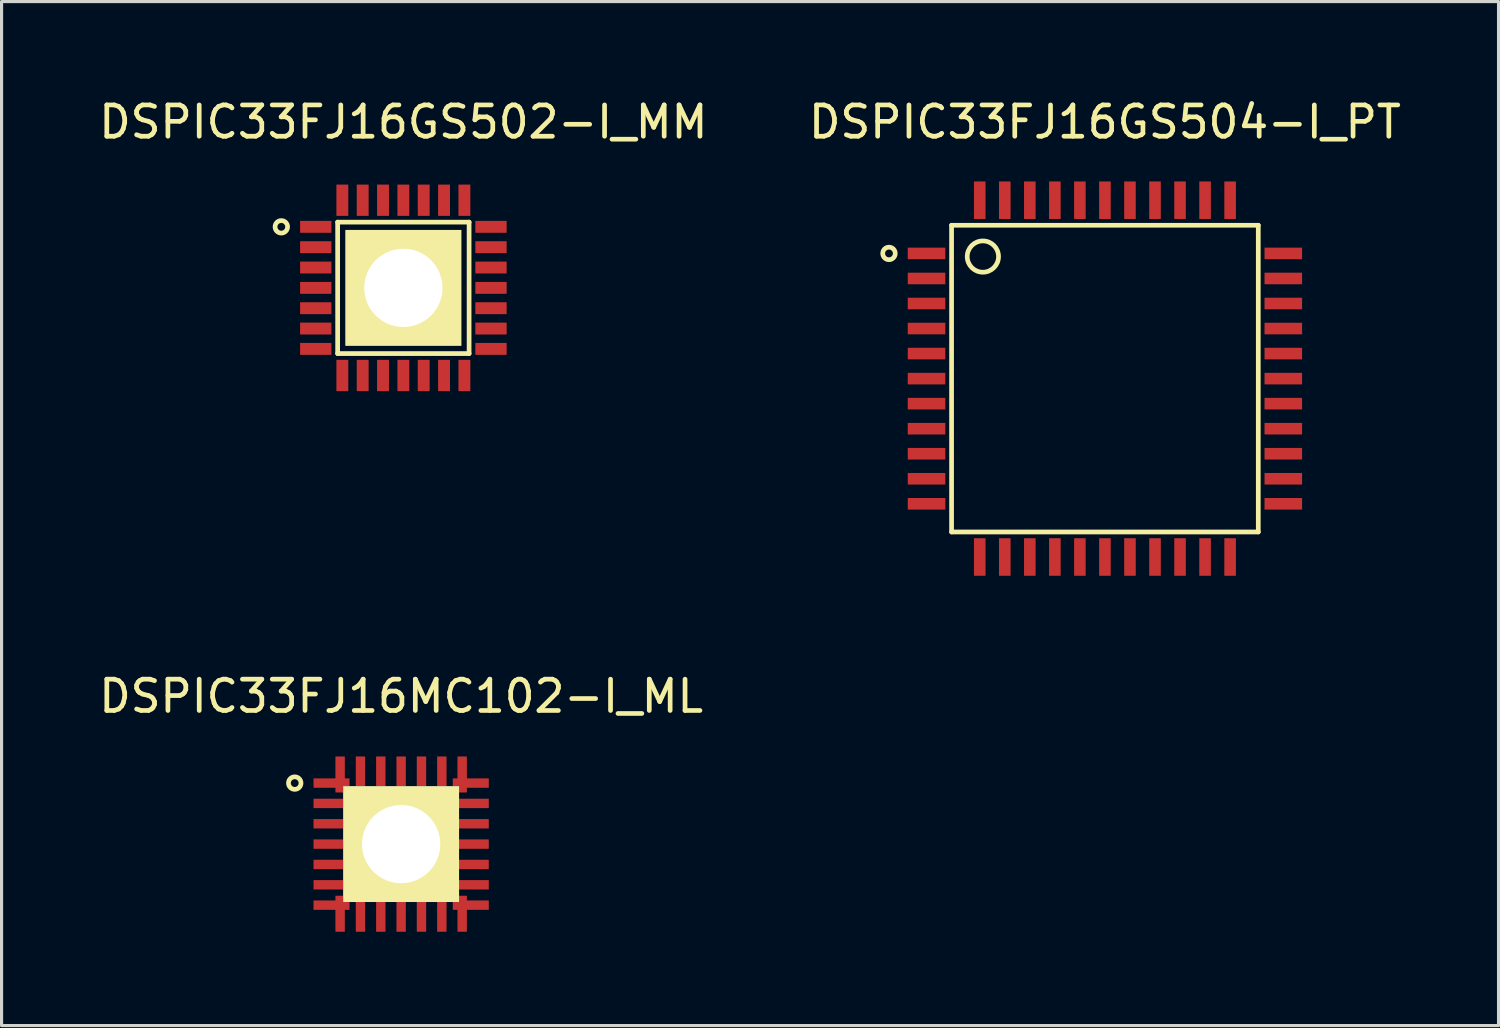
<source format=kicad_pcb>
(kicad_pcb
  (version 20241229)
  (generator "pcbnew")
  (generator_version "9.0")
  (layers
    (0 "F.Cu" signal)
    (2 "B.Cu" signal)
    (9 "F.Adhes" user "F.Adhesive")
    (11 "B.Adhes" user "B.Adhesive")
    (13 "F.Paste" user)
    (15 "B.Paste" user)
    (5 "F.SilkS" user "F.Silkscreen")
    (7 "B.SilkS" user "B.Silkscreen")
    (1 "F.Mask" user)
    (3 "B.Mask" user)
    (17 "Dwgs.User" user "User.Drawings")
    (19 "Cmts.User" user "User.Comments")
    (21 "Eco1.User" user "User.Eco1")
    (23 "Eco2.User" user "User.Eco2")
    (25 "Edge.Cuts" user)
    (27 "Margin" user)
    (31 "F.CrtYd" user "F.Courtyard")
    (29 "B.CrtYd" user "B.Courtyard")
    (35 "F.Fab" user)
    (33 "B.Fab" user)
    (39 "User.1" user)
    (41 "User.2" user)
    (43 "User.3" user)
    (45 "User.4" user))
  (footprint "DSPIC33FJ16GS502-I_MM"
    (layer "F.Cu")
    (at 7.039 3.348)
    (property "Reference" "DSPIC33FJ16GS502-I_MM" (at 2.8 -2.5 0) (layer "F.SilkS") (effects (font (size 1 1) (thickness 0.15))))
    (attr through_hole)
    (fp_line (start 0.7 0.7) (end 0.7 4.9) (stroke (width 0.15) (type solid)) (layer "F.SilkS"))
    (fp_line (start 0.7 0.7) (end 4.9 0.7) (stroke (width 0.15) (type solid)) (layer "F.SilkS"))
    (fp_line (start 0.7 4.9) (end 4.9 4.9) (stroke (width 0.15) (type solid)) (layer "F.SilkS"))
    (fp_line (start 4.9 4.9) (end 4.9 0.7) (stroke (width 0.15) (type solid)) (layer "F.SilkS"))
    (fp_circle (center -1.1 0.85) (end -1.1 0.65) (stroke (width 0.15) (type solid)) (fill no) (layer "F.SilkS"))
    (fp_circle (center 1.7 1.7) (end 1.7 1.2) (stroke (width 0.15) (type solid)) (fill no) (layer "F.SilkS"))
    (pad "1" smd rect (at 0 0.85) (size 1 0.38) (layers "F.Cu" "F.Mask" "F.Paste"))
    (pad "2" smd rect (at 0 1.5) (size 1 0.38) (layers "F.Cu" "F.Mask" "F.Paste"))
    (pad "3" smd rect (at 0 2.15) (size 1 0.38) (layers "F.Cu" "F.Mask" "F.Paste"))
    (pad "4" smd rect (at 0 2.8) (size 1 0.38) (layers "F.Cu" "F.Mask" "F.Paste"))
    (pad "5" smd rect (at 0 3.45) (size 1 0.38) (layers "F.Cu" "F.Mask" "F.Paste"))
    (pad "6" smd rect (at 0 4.1) (size 1 0.38) (layers "F.Cu" "F.Mask" "F.Paste"))
    (pad "7" smd rect (at 0 4.75) (size 1 0.38) (layers "F.Cu" "F.Mask" "F.Paste"))
    (pad "8" smd rect (at 0.85 5.6) (size 0.38 1) (layers "F.Cu" "F.Mask" "F.Paste"))
    (pad "9" smd rect (at 1.5 5.6) (size 0.38 1) (layers "F.Cu" "F.Mask" "F.Paste"))
    (pad "10" smd rect (at 2.15 5.6) (size 0.38 1) (layers "F.Cu" "F.Mask" "F.Paste"))
    (pad "11" smd rect (at 2.8 5.6) (size 0.38 1) (layers "F.Cu" "F.Mask" "F.Paste"))
    (pad "12" smd rect (at 3.45 5.6) (size 0.38 1) (layers "F.Cu" "F.Mask" "F.Paste"))
    (pad "13" smd rect (at 4.1 5.6) (size 0.38 1) (layers "F.Cu" "F.Mask" "F.Paste"))
    (pad "14" smd rect (at 4.75 5.6) (size 0.38 1) (layers "F.Cu" "F.Mask" "F.Paste"))
    (pad "15" smd rect (at 5.6 4.75) (size 1 0.38) (layers "F.Cu" "F.Mask" "F.Paste"))
    (pad "16" smd rect (at 5.6 4.1) (size 1 0.38) (layers "F.Cu" "F.Mask" "F.Paste"))
    (pad "17" smd rect (at 5.6 3.45) (size 1 0.38) (layers "F.Cu" "F.Mask" "F.Paste"))
    (pad "18" smd rect (at 5.6 2.8) (size 1 0.38) (layers "F.Cu" "F.Mask" "F.Paste"))
    (pad "19" smd rect (at 5.6 2.15) (size 1 0.38) (layers "F.Cu" "F.Mask" "F.Paste"))
    (pad "20" smd rect (at 5.6 1.5) (size 1 0.38) (layers "F.Cu" "F.Mask" "F.Paste"))
    (pad "21" smd rect (at 5.6 0.85) (size 1 0.38) (layers "F.Cu" "F.Mask" "F.Paste"))
    (pad "22" smd rect (at 4.75 0) (size 0.38 1) (layers "F.Cu" "F.Mask" "F.Paste"))
    (pad "23" smd rect (at 4.1 0) (size 0.38 1) (layers "F.Cu" "F.Mask" "F.Paste"))
    (pad "24" smd rect (at 3.45 0) (size 0.38 1) (layers "F.Cu" "F.Mask" "F.Paste"))
    (pad "25" smd rect (at 2.8 0) (size 0.38 1) (layers "F.Cu" "F.Mask" "F.Paste"))
    (pad "26" smd rect (at 2.15 0) (size 0.38 1) (layers "F.Cu" "F.Mask" "F.Paste"))
    (pad "27" smd rect (at 1.5 0) (size 0.38 1) (layers "F.Cu" "F.Mask" "F.Paste"))
    (pad "28" smd rect (at 0.85 0) (size 0.38 1) (layers "F.Cu" "F.Mask" "F.Paste"))
    (pad "999" thru_hole rect (at 2.8 2.8) (size 3.7 3.7) (drill 2.5) (layers "*.Cu" "*.Mask" "F.SilkS")))
  (footprint "DSPIC33FJ16GS504-I_PT"
    (layer "F.Cu")
    (at 26.556 3.348)
    (property "Reference" "DSPIC33FJ16GS504-I_PT" (at 5.7 -2.5 0) (layer "F.SilkS") (effects (font (size 1 1) (thickness 0.15))))
    (attr through_hole)
    (fp_line (start 0.8 0.8) (end 0.8 10.6) (stroke (width 0.15) (type solid)) (layer "F.SilkS"))
    (fp_line (start 0.8 0.8) (end 10.6 0.8) (stroke (width 0.15) (type solid)) (layer "F.SilkS"))
    (fp_line (start 0.8 10.6) (end 10.6 10.6) (stroke (width 0.15) (type solid)) (layer "F.SilkS"))
    (fp_line (start 10.6 10.6) (end 10.6 0.8) (stroke (width 0.15) (type solid)) (layer "F.SilkS"))
    (fp_circle (center -1.2 1.7) (end -1.2 1.5) (stroke (width 0.15) (type solid)) (fill no) (layer "F.SilkS"))
    (fp_circle (center 1.8 1.8) (end 1.8 1.3) (stroke (width 0.15) (type solid)) (fill no) (layer "F.SilkS"))
    (pad "1" smd rect (at 0 1.7) (size 1.2 0.37) (layers "F.Cu" "F.Mask" "F.Paste"))
    (pad "2" smd rect (at 0 2.5) (size 1.2 0.37) (layers "F.Cu" "F.Mask" "F.Paste"))
    (pad "3" smd rect (at 0 3.3) (size 1.2 0.37) (layers "F.Cu" "F.Mask" "F.Paste"))
    (pad "4" smd rect (at 0 4.1) (size 1.2 0.37) (layers "F.Cu" "F.Mask" "F.Paste"))
    (pad "5" smd rect (at 0 4.9) (size 1.2 0.37) (layers "F.Cu" "F.Mask" "F.Paste"))
    (pad "6" smd rect (at 0 5.7) (size 1.2 0.37) (layers "F.Cu" "F.Mask" "F.Paste"))
    (pad "7" smd rect (at 0 6.5) (size 1.2 0.37) (layers "F.Cu" "F.Mask" "F.Paste"))
    (pad "8" smd rect (at 0 7.3) (size 1.2 0.37) (layers "F.Cu" "F.Mask" "F.Paste"))
    (pad "9" smd rect (at 0 8.1) (size 1.2 0.37) (layers "F.Cu" "F.Mask" "F.Paste"))
    (pad "10" smd rect (at 0 8.9) (size 1.2 0.37) (layers "F.Cu" "F.Mask" "F.Paste"))
    (pad "11" smd rect (at 0 9.7) (size 1.2 0.37) (layers "F.Cu" "F.Mask" "F.Paste"))
    (pad "12" smd rect (at 1.7 11.4) (size 0.37 1.2) (layers "F.Cu" "F.Mask" "F.Paste"))
    (pad "13" smd rect (at 2.5 11.4) (size 0.37 1.2) (layers "F.Cu" "F.Mask" "F.Paste"))
    (pad "14" smd rect (at 3.3 11.4) (size 0.37 1.2) (layers "F.Cu" "F.Mask" "F.Paste"))
    (pad "15" smd rect (at 4.1 11.4) (size 0.37 1.2) (layers "F.Cu" "F.Mask" "F.Paste"))
    (pad "16" smd rect (at 4.9 11.4) (size 0.37 1.2) (layers "F.Cu" "F.Mask" "F.Paste"))
    (pad "17" smd rect (at 5.7 11.4) (size 0.37 1.2) (layers "F.Cu" "F.Mask" "F.Paste"))
    (pad "18" smd rect (at 6.5 11.4) (size 0.37 1.2) (layers "F.Cu" "F.Mask" "F.Paste"))
    (pad "19" smd rect (at 7.3 11.4) (size 0.37 1.2) (layers "F.Cu" "F.Mask" "F.Paste"))
    (pad "20" smd rect (at 8.1 11.4) (size 0.37 1.2) (layers "F.Cu" "F.Mask" "F.Paste"))
    (pad "21" smd rect (at 8.9 11.4) (size 0.37 1.2) (layers "F.Cu" "F.Mask" "F.Paste"))
    (pad "22" smd rect (at 9.7 11.4) (size 0.37 1.2) (layers "F.Cu" "F.Mask" "F.Paste"))
    (pad "23" smd rect (at 11.4 9.7) (size 1.2 0.37) (layers "F.Cu" "F.Mask" "F.Paste"))
    (pad "24" smd rect (at 11.4 8.9) (size 1.2 0.37) (layers "F.Cu" "F.Mask" "F.Paste"))
    (pad "25" smd rect (at 11.4 8.1) (size 1.2 0.37) (layers "F.Cu" "F.Mask" "F.Paste"))
    (pad "26" smd rect (at 11.4 7.3) (size 1.2 0.37) (layers "F.Cu" "F.Mask" "F.Paste"))
    (pad "27" smd rect (at 11.4 6.5) (size 1.2 0.37) (layers "F.Cu" "F.Mask" "F.Paste"))
    (pad "28" smd rect (at 11.4 5.7) (size 1.2 0.37) (layers "F.Cu" "F.Mask" "F.Paste"))
    (pad "29" smd rect (at 11.4 4.9) (size 1.2 0.37) (layers "F.Cu" "F.Mask" "F.Paste"))
    (pad "30" smd rect (at 11.4 4.1) (size 1.2 0.37) (layers "F.Cu" "F.Mask" "F.Paste"))
    (pad "31" smd rect (at 11.4 3.3) (size 1.2 0.37) (layers "F.Cu" "F.Mask" "F.Paste"))
    (pad "32" smd rect (at 11.4 2.5) (size 1.2 0.37) (layers "F.Cu" "F.Mask" "F.Paste"))
    (pad "33" smd rect (at 11.4 1.7) (size 1.2 0.37) (layers "F.Cu" "F.Mask" "F.Paste"))
    (pad "34" smd rect (at 9.7 0) (size 0.37 1.2) (layers "F.Cu" "F.Mask" "F.Paste"))
    (pad "35" smd rect (at 8.9 0) (size 0.37 1.2) (layers "F.Cu" "F.Mask" "F.Paste"))
    (pad "36" smd rect (at 8.1 0) (size 0.37 1.2) (layers "F.Cu" "F.Mask" "F.Paste"))
    (pad "37" smd rect (at 7.3 0) (size 0.37 1.2) (layers "F.Cu" "F.Mask" "F.Paste"))
    (pad "38" smd rect (at 6.5 0) (size 0.37 1.2) (layers "F.Cu" "F.Mask" "F.Paste"))
    (pad "39" smd rect (at 5.7 0) (size 0.37 1.2) (layers "F.Cu" "F.Mask" "F.Paste"))
    (pad "40" smd rect (at 4.9 0) (size 0.37 1.2) (layers "F.Cu" "F.Mask" "F.Paste"))
    (pad "41" smd rect (at 4.1 0) (size 0.37 1.2) (layers "F.Cu" "F.Mask" "F.Paste"))
    (pad "42" smd rect (at 3.3 0) (size 0.37 1.2) (layers "F.Cu" "F.Mask" "F.Paste"))
    (pad "43" smd rect (at 2.5 0) (size 0.37 1.2) (layers "F.Cu" "F.Mask" "F.Paste"))
    (pad "44" smd rect (at 1.7 0) (size 0.37 1.2) (layers "F.Cu" "F.Mask" "F.Paste")))
  (footprint "DSPIC33FJ16MC102-I_ML"
    (layer "F.Cu")
    (at 7.543 21.697)
    (property "Reference" "DSPIC33FJ16MC102-I_ML" (at 2.225 -2.5 0) (layer "F.SilkS") (effects (font (size 1 1) (thickness 0.15))))
    (attr through_hole)
    (fp_line (start 0.775 0.775) (end 0.775 3.675) (stroke (width 0.15) (type solid)) (layer "F.SilkS"))
    (fp_line (start 0.775 0.775) (end 3.675 0.775) (stroke (width 0.15) (type solid)) (layer "F.SilkS"))
    (fp_line (start 0.775 3.675) (end 3.675 3.675) (stroke (width 0.15) (type solid)) (layer "F.SilkS"))
    (fp_line (start 3.675 3.675) (end 3.675 0.775) (stroke (width 0.15) (type solid)) (layer "F.SilkS"))
    (fp_circle (center -1.175 0.275) (end -1.175 0.075) (stroke (width 0.15) (type solid)) (fill no) (layer "F.SilkS"))
    (fp_circle (center 1.775 1.775) (end 1.775 1.275) (stroke (width 0.15) (type solid)) (fill no) (layer "F.SilkS"))
    (pad "1" smd rect (at 0 0.275) (size 1.15 0.3) (layers "F.Cu" "F.Mask" "F.Paste"))
    (pad "2" smd rect (at 0 0.925) (size 1.15 0.3) (layers "F.Cu" "F.Mask" "F.Paste"))
    (pad "3" smd rect (at 0 1.575) (size 1.15 0.3) (layers "F.Cu" "F.Mask" "F.Paste"))
    (pad "4" smd rect (at 0 2.225) (size 1.15 0.3) (layers "F.Cu" "F.Mask" "F.Paste"))
    (pad "5" smd rect (at 0 2.875) (size 1.15 0.3) (layers "F.Cu" "F.Mask" "F.Paste"))
    (pad "6" smd rect (at 0 3.525) (size 1.15 0.3) (layers "F.Cu" "F.Mask" "F.Paste"))
    (pad "7" smd rect (at 0 4.175) (size 1.15 0.3) (layers "F.Cu" "F.Mask" "F.Paste"))
    (pad "8" smd rect (at 0.275 4.45) (size 0.3 1.15) (layers "F.Cu" "F.Mask" "F.Paste"))
    (pad "9" smd rect (at 0.925 4.45) (size 0.3 1.15) (layers "F.Cu" "F.Mask" "F.Paste"))
    (pad "10" smd rect (at 1.575 4.45) (size 0.3 1.15) (layers "F.Cu" "F.Mask" "F.Paste"))
    (pad "11" smd rect (at 2.225 4.45) (size 0.3 1.15) (layers "F.Cu" "F.Mask" "F.Paste"))
    (pad "12" smd rect (at 2.875 4.45) (size 0.3 1.15) (layers "F.Cu" "F.Mask" "F.Paste"))
    (pad "13" smd rect (at 3.525 4.45) (size 0.3 1.15) (layers "F.Cu" "F.Mask" "F.Paste"))
    (pad "14" smd rect (at 4.175 4.45) (size 0.3 1.15) (layers "F.Cu" "F.Mask" "F.Paste"))
    (pad "15" smd rect (at 4.45 4.175) (size 1.15 0.3) (layers "F.Cu" "F.Mask" "F.Paste"))
    (pad "16" smd rect (at 4.45 3.525) (size 1.15 0.3) (layers "F.Cu" "F.Mask" "F.Paste"))
    (pad "17" smd rect (at 4.45 2.875) (size 1.15 0.3) (layers "F.Cu" "F.Mask" "F.Paste"))
    (pad "18" smd rect (at 4.45 2.225) (size 1.15 0.3) (layers "F.Cu" "F.Mask" "F.Paste"))
    (pad "19" smd rect (at 4.45 1.575) (size 1.15 0.3) (layers "F.Cu" "F.Mask" "F.Paste"))
    (pad "20" smd rect (at 4.45 0.925) (size 1.15 0.3) (layers "F.Cu" "F.Mask" "F.Paste"))
    (pad "21" smd rect (at 4.45 0.275) (size 1.15 0.3) (layers "F.Cu" "F.Mask" "F.Paste"))
    (pad "22" smd rect (at 4.175 0) (size 0.3 1.15) (layers "F.Cu" "F.Mask" "F.Paste"))
    (pad "23" smd rect (at 3.525 0) (size 0.3 1.15) (layers "F.Cu" "F.Mask" "F.Paste"))
    (pad "24" smd rect (at 2.875 0) (size 0.3 1.15) (layers "F.Cu" "F.Mask" "F.Paste"))
    (pad "25" smd rect (at 2.225 0) (size 0.3 1.15) (layers "F.Cu" "F.Mask" "F.Paste"))
    (pad "26" smd rect (at 1.575 0) (size 0.3 1.15) (layers "F.Cu" "F.Mask" "F.Paste"))
    (pad "27" smd rect (at 0.925 0) (size 0.3 1.15) (layers "F.Cu" "F.Mask" "F.Paste"))
    (pad "28" smd rect (at 0.275 0) (size 0.3 1.15) (layers "F.Cu" "F.Mask" "F.Paste"))
    (pad "999" thru_hole rect (at 2.225 2.225) (size 3.7 3.7) (drill 2.5) (layers "*.Cu" "*.Mask" "F.SilkS")))
  (gr_rect
    (start -3 -3)
    (end 44.833 29.721)
    (stroke (width 0.1) (type default))
    (fill no)
    (layer "Edge.Cuts")))
</source>
